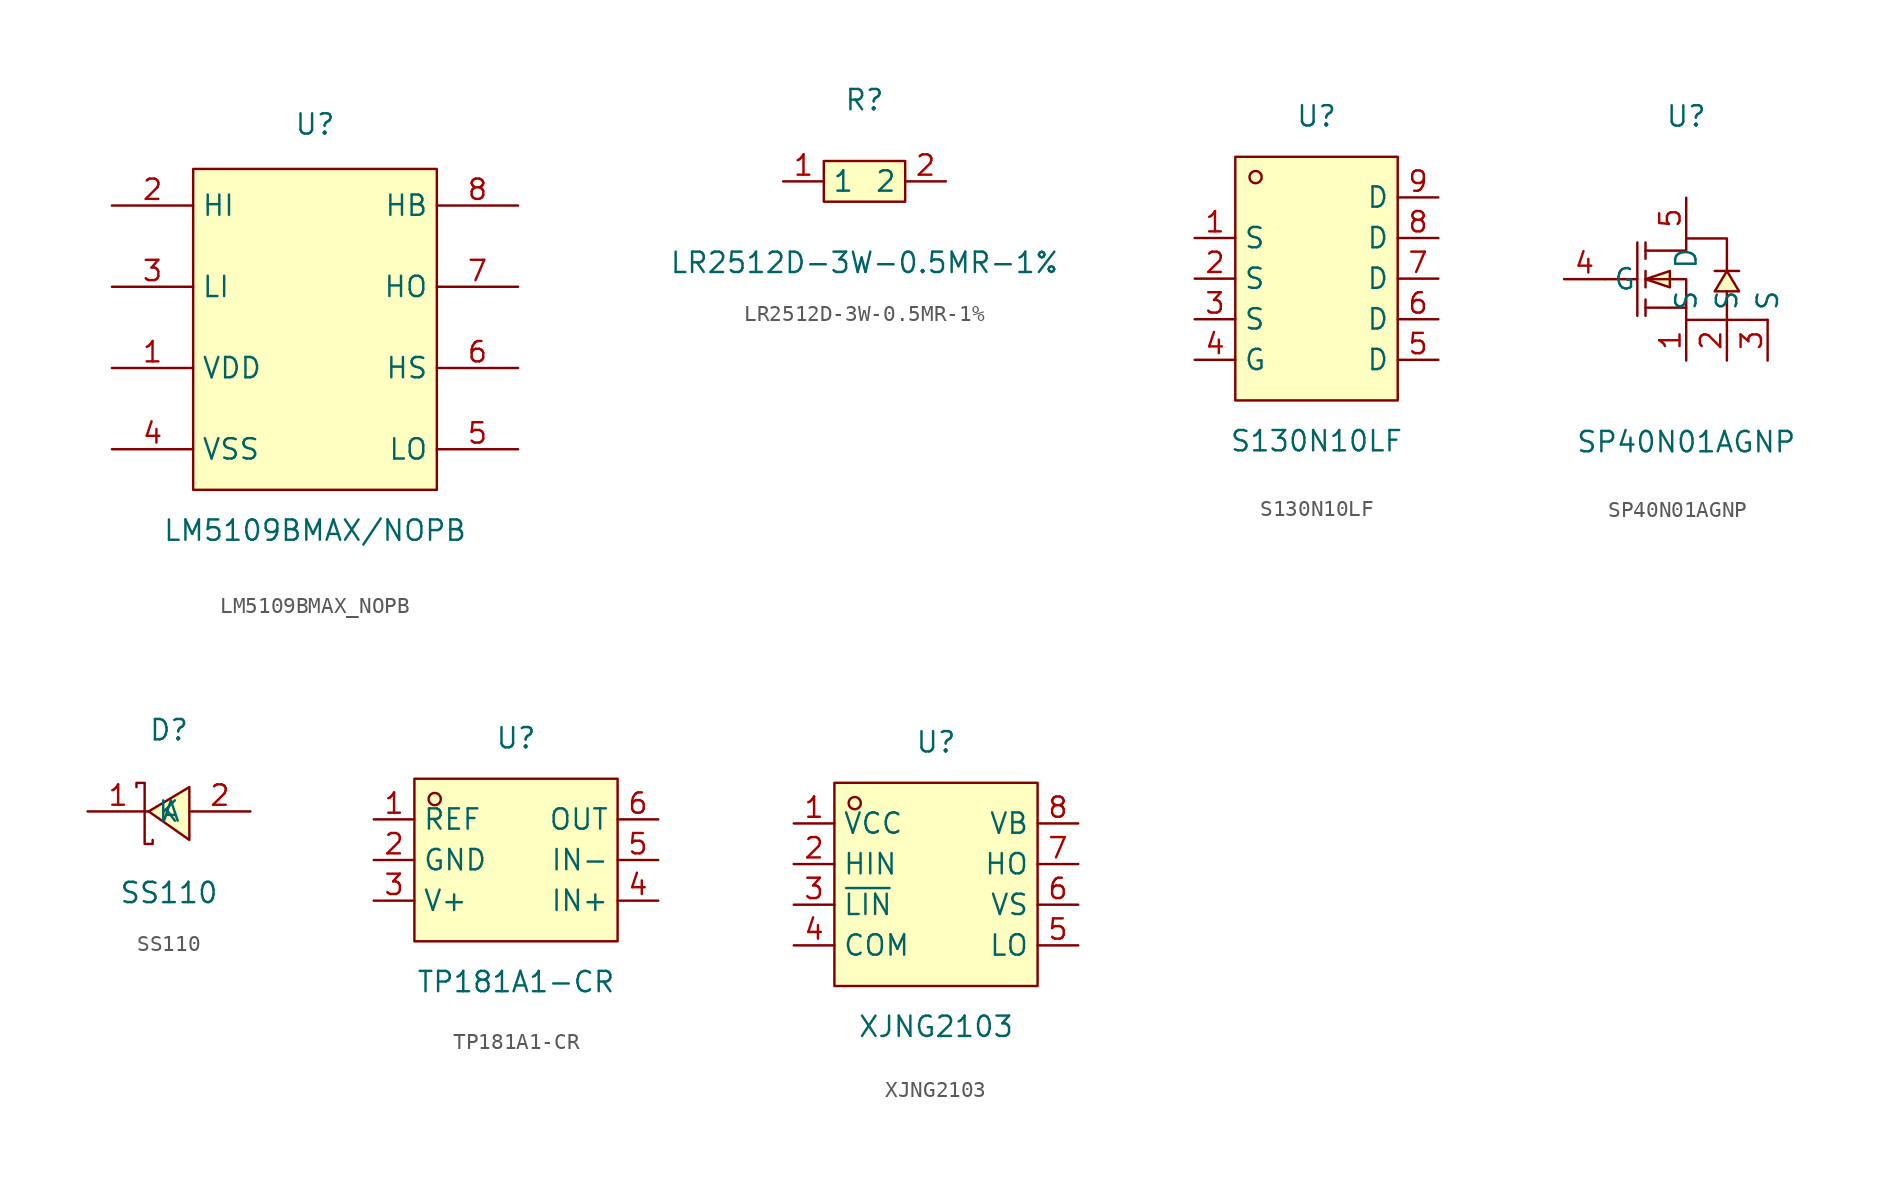
<source format=kicad_sym>
(kicad_symbol_lib
  (version 20211014)
  (generator https://github.com/uPesy/easyeda2kicad.py)
  (symbol "LM5109BMAX_NOPB"
    (property "Reference" "U"
      (at 0 12.70 0)
      (effects (font (size 1.27 1.27))))
    (property "Value" "LM5109BMAX/NOPB"
      (at 0 -12.70 0)
      (effects (font (size 1.27 1.27))))
    (symbol "LM5109BMAX_NOPB_0_1"
      (rectangle (start -7.62 9.91) (end 7.62 -10.16) (stroke (width 0) (type default) (color 0 0 0 0)) (fill (type background)))
      (pin power_in line (at -12.70 -7.62 0) (length 5.08) (name "VSS" (effects (font (size 1.27 1.27)))) (number "4" (effects (font (size 1.27 1.27)))))
      (pin power_in line (at -12.70 -2.54 0) (length 5.08) (name "VDD" (effects (font (size 1.27 1.27)))) (number "1" (effects (font (size 1.27 1.27)))))
      (pin output line (at 12.70 2.54 180) (length 5.08) (name "HO" (effects (font (size 1.27 1.27)))) (number "7" (effects (font (size 1.27 1.27)))))
      (pin output line (at 12.70 -7.62 180) (length 5.08) (name "LO" (effects (font (size 1.27 1.27)))) (number "5" (effects (font (size 1.27 1.27)))))
      (pin unspecified line (at -12.70 7.62 0) (length 5.08) (name "HI" (effects (font (size 1.27 1.27)))) (number "2" (effects (font (size 1.27 1.27)))))
      (pin unspecified line (at 12.70 7.62 180) (length 5.08) (name "HB" (effects (font (size 1.27 1.27)))) (number "8" (effects (font (size 1.27 1.27)))))
      (pin unspecified line (at -12.70 2.54 0) (length 5.08) (name "LI" (effects (font (size 1.27 1.27)))) (number "3" (effects (font (size 1.27 1.27)))))
      (pin unspecified line (at 12.70 -2.54 180) (length 5.08) (name "HS" (effects (font (size 1.27 1.27)))) (number "6" (effects (font (size 1.27 1.27)))))))
  (symbol "LR2512D-3W-0.5MR-1%"
    (property "Reference" "R"
      (at 0 5.08 0)
      (effects (font (size 1.27 1.27))))
    (property "Value" "LR2512D-3W-0.5MR-1%"
      (at 0 -5.08 0)
      (effects (font (size 1.27 1.27))))
    (symbol "LR2512D-3W-0.5MR-1%_0_1"
      (rectangle (start -2.54 1.27) (end 2.54 -1.27) (stroke (width 0) (type default) (color 0 0 0 0)) (fill (type background)))
      (pin unspecified line (at -5.08 -0.00 0) (length 2.54) (name "1" (effects (font (size 1.27 1.27)))) (number "1" (effects (font (size 1.27 1.27)))))
      (pin unspecified line (at 5.08 -0.00 180) (length 2.54) (name "2" (effects (font (size 1.27 1.27)))) (number "2" (effects (font (size 1.27 1.27)))))))
  (symbol "S130N10LF"
    (property "Reference" "U"
      (at 0 10.16 0)
      (effects (font (size 1.27 1.27))))
    (property "Value" "S130N10LF"
      (at 0 -10.16 0)
      (effects (font (size 1.27 1.27))))
    (symbol "S130N10LF_0_1"
      (rectangle (start -5.08 7.62) (end 5.08 -7.62) (stroke (width 0) (type default) (color 0 0 0 0)) (fill (type background)))
      (circle (center -3.81 6.35) (radius 0.38) (stroke (width 0) (type default) (color 0 0 0 0)) (fill (type none)))
      (pin unspecified line (at -7.62 2.54 0) (length 2.54) (name "S" (effects (font (size 1.27 1.27)))) (number "1" (effects (font (size 1.27 1.27)))))
      (pin unspecified line (at -7.62 -0.00 0) (length 2.54) (name "S" (effects (font (size 1.27 1.27)))) (number "2" (effects (font (size 1.27 1.27)))))
      (pin unspecified line (at -7.62 -2.54 0) (length 2.54) (name "S" (effects (font (size 1.27 1.27)))) (number "3" (effects (font (size 1.27 1.27)))))
      (pin unspecified line (at -7.62 -5.08 0) (length 2.54) (name "G" (effects (font (size 1.27 1.27)))) (number "4" (effects (font (size 1.27 1.27)))))
      (pin unspecified line (at 7.62 -5.08 180) (length 2.54) (name "D" (effects (font (size 1.27 1.27)))) (number "5" (effects (font (size 1.27 1.27)))))
      (pin unspecified line (at 7.62 -2.54 180) (length 2.54) (name "D" (effects (font (size 1.27 1.27)))) (number "6" (effects (font (size 1.27 1.27)))))
      (pin unspecified line (at 7.62 -0.00 180) (length 2.54) (name "D" (effects (font (size 1.27 1.27)))) (number "7" (effects (font (size 1.27 1.27)))))
      (pin unspecified line (at 7.62 2.54 180) (length 2.54) (name "D" (effects (font (size 1.27 1.27)))) (number "8" (effects (font (size 1.27 1.27)))))
      (pin unspecified line (at 7.62 5.08 180) (length 2.54) (name "D" (effects (font (size 1.27 1.27)))) (number "9" (effects (font (size 1.27 1.27)))))))
  (symbol "SP40N01AGNP"
    (property "Reference" "U"
      (at 0 10.16 0)
      (effects (font (size 1.27 1.27))))
    (property "Value" "SP40N01AGNP"
      (at 0 -10.16 0)
      (effects (font (size 1.27 1.27))))
    (symbol "SP40N01AGNP_0_1"
      (polyline (pts (xy -5.08 -0.00) (xy -3.05 -0.00)) (stroke (width 0) (type default) (color 0 0 0 0)) (fill (type none)))
      (polyline (pts (xy 3.30 0.51) (xy 3.05 0.51) (xy 2.03 0.51) (xy 1.78 0.51)) (stroke (width 0) (type default) (color 0 0 0 0)) (fill (type none)))
      (polyline (pts (xy -2.54 -2.29) (xy -2.54 -1.27)) (stroke (width 0) (type default) (color 0 0 0 0)) (fill (type none)))
      (polyline (pts (xy -2.54 -0.51) (xy -2.54 0.51)) (stroke (width 0) (type default) (color 0 0 0 0)) (fill (type none)))
      (polyline (pts (xy -2.54 2.29) (xy -2.54 1.27)) (stroke (width 0) (type default) (color 0 0 0 0)) (fill (type none)))
      (polyline (pts (xy -3.05 2.29) (xy -3.05 -2.29)) (stroke (width 0) (type default) (color 0 0 0 0)) (fill (type none)))
      (polyline (pts (xy 0.00 -1.78) (xy -2.54 -1.78)) (stroke (width 0) (type default) (color 0 0 0 0)) (fill (type none)))
      (polyline (pts (xy -2.54 -0.00) (xy 0.00 -0.00) (xy 0.00 -2.54) (xy 5.08 -2.54) (xy 2.54 -2.54) (xy 2.54 -0.76)) (stroke (width 0) (type default) (color 0 0 0 0)) (fill (type none)))
      (polyline (pts (xy -2.54 1.78) (xy 0.00 1.78) (xy 0.00 2.54) (xy 2.54 2.54) (xy 2.54 2.54) (xy 2.54 0.51)) (stroke (width 0) (type default) (color 0 0 0 0)) (fill (type none)))
      (polyline (pts (xy 2.54 0.51) (xy 1.78 -0.76) (xy 3.30 -0.76) (xy 2.54 0.51)) (stroke (width 0) (type default) (color 0 0 0 0)) (fill (type background)))
      (polyline (pts (xy -2.54 -0.00) (xy -1.02 -0.51) (xy -1.02 0.51) (xy -2.54 -0.00)) (stroke (width 0) (type default) (color 0 0 0 0)) (fill (type background)))
      (pin unspecified line (at 5.08 -5.08 90) (length 2.54) (name "S" (effects (font (size 1.27 1.27)))) (number "3" (effects (font (size 1.27 1.27)))))
      (pin unspecified line (at 2.54 -5.08 90) (length 2.54) (name "S" (effects (font (size 1.27 1.27)))) (number "2" (effects (font (size 1.27 1.27)))))
      (pin unspecified line (at 0.00 -5.08 90) (length 2.54) (name "S" (effects (font (size 1.27 1.27)))) (number "1" (effects (font (size 1.27 1.27)))))
      (pin unspecified line (at -7.62 -0.00 0) (length 2.54) (name "G" (effects (font (size 1.27 1.27)))) (number "4" (effects (font (size 1.27 1.27)))))
      (pin unspecified line (at 0.00 5.08 270) (length 2.54) (name "D" (effects (font (size 1.27 1.27)))) (number "5" (effects (font (size 1.27 1.27)))))))
  (symbol "SS110"
    (property "Reference" "D"
      (at 0 5.08 0)
      (effects (font (size 1.27 1.27))))
    (property "Value" "SS110"
      (at 0 -5.08 0)
      (effects (font (size 1.27 1.27))))
    (symbol "SS110_0_1"
      (polyline (pts (xy 1.27 1.52) (xy -1.27 -0.00) (xy 1.27 -1.78) (xy 1.27 1.52)) (stroke (width 0) (type default) (color 0 0 0 0)) (fill (type background)))
      (polyline (pts (xy -2.03 1.52) (xy -2.03 1.78) (xy -1.52 1.78) (xy -1.52 -2.03) (xy -1.02 -2.03) (xy -1.02 -1.78)) (stroke (width 0) (type default) (color 0 0 0 0)) (fill (type none)))
      (pin unspecified line (at 5.08 -0.00 180) (length 3.81) (name "A" (effects (font (size 1.27 1.27)))) (number "2" (effects (font (size 1.27 1.27)))))
      (pin unspecified line (at -5.08 -0.00 0) (length 3.81) (name "K" (effects (font (size 1.27 1.27)))) (number "1" (effects (font (size 1.27 1.27)))))))
  (symbol "TP181A1-CR"
    (property "Reference" "U"
      (at 0 7.62 0)
      (effects (font (size 1.27 1.27))))
    (property "Value" "TP181A1-CR"
      (at 0 -7.62 0)
      (effects (font (size 1.27 1.27))))
    (symbol "TP181A1-CR_0_1"
      (rectangle (start -6.35 5.08) (end 6.35 -5.08) (stroke (width 0) (type default) (color 0 0 0 0)) (fill (type background)))
      (circle (center -5.08 3.81) (radius 0.38) (stroke (width 0) (type default) (color 0 0 0 0)) (fill (type none)))
      (pin unspecified line (at -8.89 2.54 0) (length 2.54) (name "REF" (effects (font (size 1.27 1.27)))) (number "1" (effects (font (size 1.27 1.27)))))
      (pin unspecified line (at -8.89 -0.00 0) (length 2.54) (name "GND" (effects (font (size 1.27 1.27)))) (number "2" (effects (font (size 1.27 1.27)))))
      (pin unspecified line (at -8.89 -2.54 0) (length 2.54) (name "V+" (effects (font (size 1.27 1.27)))) (number "3" (effects (font (size 1.27 1.27)))))
      (pin unspecified line (at 8.89 -2.54 180) (length 2.54) (name "IN+" (effects (font (size 1.27 1.27)))) (number "4" (effects (font (size 1.27 1.27)))))
      (pin unspecified line (at 8.89 -0.00 180) (length 2.54) (name "IN-" (effects (font (size 1.27 1.27)))) (number "5" (effects (font (size 1.27 1.27)))))
      (pin unspecified line (at 8.89 2.54 180) (length 2.54) (name "OUT" (effects (font (size 1.27 1.27)))) (number "6" (effects (font (size 1.27 1.27)))))))
  (symbol "XJNG2103"
    (property "Reference" "U"
      (at 0 8.89 0)
      (effects (font (size 1.27 1.27))))
    (property "Value" "XJNG2103"
      (at 0 -8.89 0)
      (effects (font (size 1.27 1.27))))
    (symbol "XJNG2103_0_1"
      (rectangle (start -6.35 6.35) (end 6.35 -6.35) (stroke (width 0) (type default) (color 0 0 0 0)) (fill (type background)))
      (circle (center -5.08 5.08) (radius 0.38) (stroke (width 0) (type default) (color 0 0 0 0)) (fill (type none)))
      (pin unspecified line (at -8.89 3.81 0) (length 2.54) (name "VCC" (effects (font (size 1.27 1.27)))) (number "1" (effects (font (size 1.27 1.27)))))
      (pin unspecified line (at -8.89 1.27 0) (length 2.54) (name "HIN" (effects (font (size 1.27 1.27)))) (number "2" (effects (font (size 1.27 1.27)))))
      (pin unspecified line (at -8.89 -1.27 0) (length 2.54) (name "~{LIN}" (effects (font (size 1.27 1.27)))) (number "3" (effects (font (size 1.27 1.27)))))
      (pin unspecified line (at -8.89 -3.81 0) (length 2.54) (name "COM" (effects (font (size 1.27 1.27)))) (number "4" (effects (font (size 1.27 1.27)))))
      (pin unspecified line (at 8.89 -3.81 180) (length 2.54) (name "LO" (effects (font (size 1.27 1.27)))) (number "5" (effects (font (size 1.27 1.27)))))
      (pin unspecified line (at 8.89 -1.27 180) (length 2.54) (name "VS" (effects (font (size 1.27 1.27)))) (number "6" (effects (font (size 1.27 1.27)))))
      (pin unspecified line (at 8.89 1.27 180) (length 2.54) (name "HO" (effects (font (size 1.27 1.27)))) (number "7" (effects (font (size 1.27 1.27)))))
      (pin unspecified line (at 8.89 3.81 180) (length 2.54) (name "VB" (effects (font (size 1.27 1.27)))) (number "8" (effects (font (size 1.27 1.27))))))))
</source>
